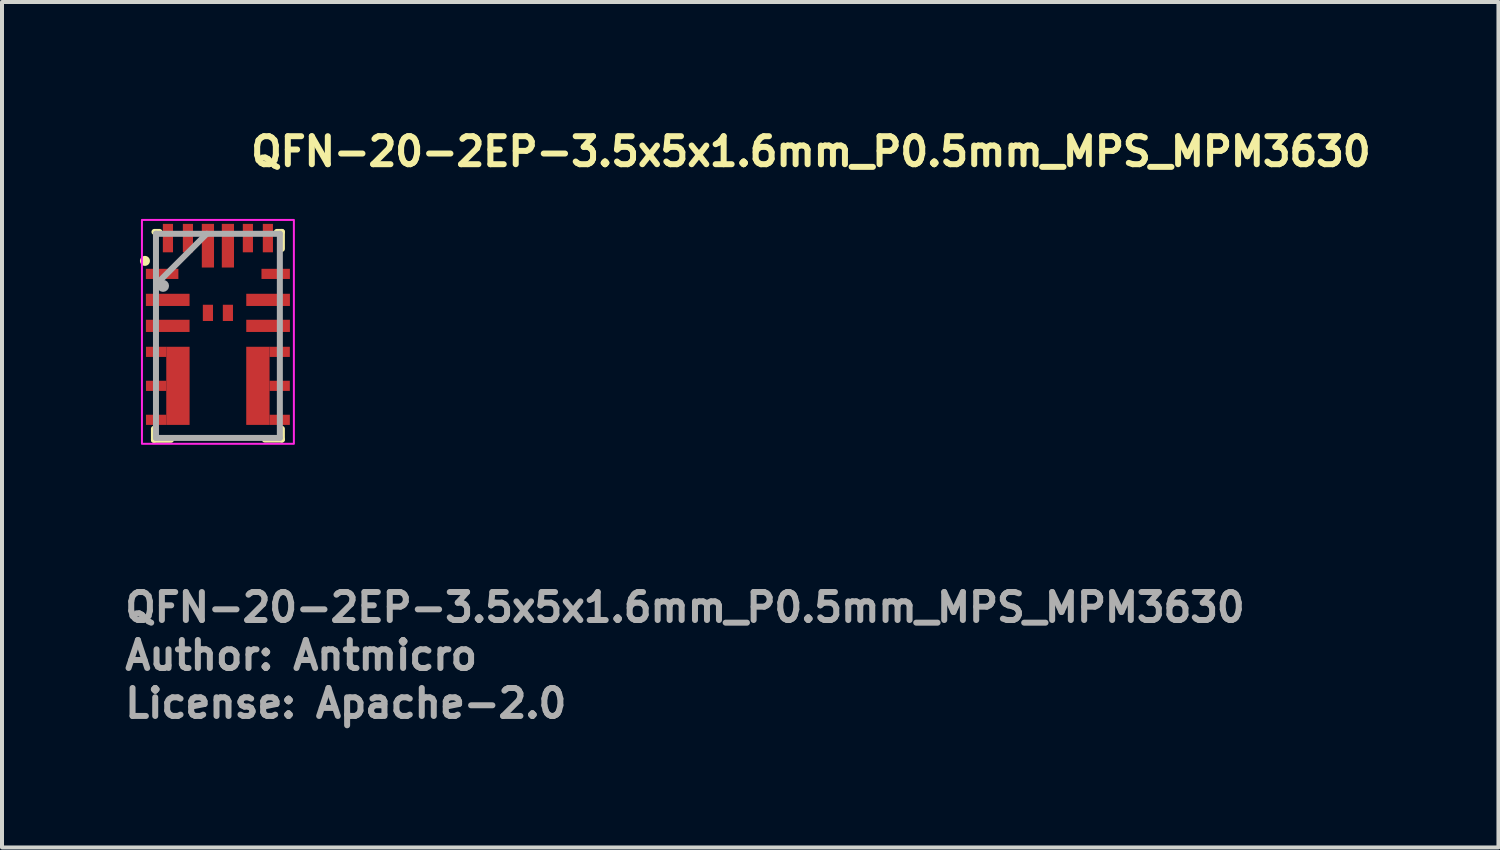
<source format=kicad_pcb>
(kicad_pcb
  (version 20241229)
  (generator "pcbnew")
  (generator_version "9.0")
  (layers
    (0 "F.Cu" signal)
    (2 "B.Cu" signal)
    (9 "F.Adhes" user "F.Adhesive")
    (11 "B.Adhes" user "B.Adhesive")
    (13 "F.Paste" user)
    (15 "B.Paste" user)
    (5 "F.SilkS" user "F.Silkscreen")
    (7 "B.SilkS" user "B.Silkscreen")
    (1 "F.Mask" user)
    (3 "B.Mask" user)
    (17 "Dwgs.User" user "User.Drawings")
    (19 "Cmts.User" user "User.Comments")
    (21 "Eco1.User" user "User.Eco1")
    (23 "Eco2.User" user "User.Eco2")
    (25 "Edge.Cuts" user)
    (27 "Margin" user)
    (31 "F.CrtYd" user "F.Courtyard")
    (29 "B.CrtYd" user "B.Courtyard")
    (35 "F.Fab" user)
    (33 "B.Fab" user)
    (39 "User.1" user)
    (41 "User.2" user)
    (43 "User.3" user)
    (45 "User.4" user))
  (footprint "QFN-20-2EP-3.5x5x1.6mm_P0.5mm_MPS_MPM3630"
    (layer "F.Cu")
    (at 2.4 5.35)
    (property "Reference" "QFN-20-2EP-3.5x5x1.6mm_P0.5mm_MPS_MPM3630" (at 0.75 -4.2 0) (unlocked yes) (layer "F.SilkS") (effects (font (size 0.7 0.7) (thickness 0.15)) (justify left bottom)))
    (attr smd)
    (fp_line (start -1.6 2.325) (end -1.6 2.6) (stroke (width 0.15) (type solid)) (layer "F.SilkS"))
    (fp_line (start -1.587 -2.6) (end -1.462 -2.6) (stroke (width 0.15) (type solid)) (layer "F.SilkS"))
    (fp_line (start -1.175 2.6) (end -1.6 2.6) (stroke (width 0.15) (type solid)) (layer "F.SilkS"))
    (fp_line (start 1.175 2.594) (end 1.6 2.594) (stroke (width 0.15) (type solid)) (layer "F.SilkS"))
    (fp_line (start 1.475 -2.6) (end 1.6 -2.6) (stroke (width 0.15) (type solid)) (layer "F.SilkS"))
    (fp_line (start 1.6 -2.6) (end 1.6 -2.175) (stroke (width 0.15) (type solid)) (layer "F.SilkS"))
    (fp_line (start 1.6 2.325) (end 1.6 2.594) (stroke (width 0.15) (type solid)) (layer "F.SilkS"))
    (fp_circle (center -1.825 -1.875) (end -1.775 -1.875) (stroke (width 0.15) (type solid)) (fill yes) (layer "F.SilkS"))
    (fp_rect (start -1.9 -2.9) (end 1.9 2.7) (stroke (width 0.05) (type solid)) (fill no) (layer "F.CrtYd"))
    (fp_line (start -1.549 -2.553) (end -1.549 2.553) (stroke (width 0.15) (type solid)) (layer "F.Fab"))
    (fp_line (start -1.549 -1.283) (end -0.279 -2.553) (stroke (width 0.15) (type solid)) (layer "F.Fab"))
    (fp_line (start -1.549 2.553) (end 1.549 2.553) (stroke (width 0.15) (type solid)) (layer "F.Fab"))
    (fp_line (start 1.549 -2.553) (end -1.549 -2.553) (stroke (width 0.15) (type solid)) (layer "F.Fab"))
    (fp_line (start 1.549 2.553) (end 1.549 -2.553) (stroke (width 0.15) (type solid)) (layer "F.Fab"))
    (fp_circle (center -1.372 -1.25) (end -1.372 -1.25) (stroke (width 0.15) (type solid)) (fill no) (layer "F.Fab"))
    (fp_rect (start -1.5 -2.5) (end 1.5 2.5) (stroke (width 0.1) (type solid)) (fill no) (layer "User.5"))
    (fp_line (start -1.5 -2.5) (end -1.5 2.5) (stroke (width 0.02) (type solid)) (layer "User.9"))
    (fp_line (start -1.5 2.5) (end 1.5 2.5) (stroke (width 0.02) (type solid)) (layer "User.9"))
    (fp_line (start -1.058 -1.611) (end -1.058 -1.603) (stroke (width 0.02) (type solid)) (layer "User.9"))
    (fp_line (start -1.058 -1.603) (end -1.057 -1.587) (stroke (width 0.02) (type solid)) (layer "User.9"))
    (fp_line (start -1.057 -1.626) (end -1.057 -1.619) (stroke (width 0.02) (type solid)) (layer "User.9"))
    (fp_line (start -1.057 -1.619) (end -1.058 -1.611) (stroke (width 0.02) (type solid)) (layer "User.9"))
    (fp_line (start -1.057 -1.587) (end -1.056 -1.572) (stroke (width 0.02) (type solid)) (layer "User.9"))
    (fp_line (start -1.056 -1.634) (end -1.057 -1.626) (stroke (width 0.02) (type solid)) (layer "User.9"))
    (fp_line (start -1.056 -1.572) (end -1.053 -1.556) (stroke (width 0.02) (type solid)) (layer "User.9"))
    (fp_line (start -1.055 -1.642) (end -1.056 -1.634) (stroke (width 0.02) (type solid)) (layer "User.9"))
    (fp_line (start -1.053 -1.649) (end -1.055 -1.642) (stroke (width 0.02) (type solid)) (layer "User.9"))
    (fp_line (start -1.053 -1.556) (end -1.05 -1.541) (stroke (width 0.02) (type solid)) (layer "User.9"))
    (fp_line (start -1.051 -1.657) (end -1.053 -1.649) (stroke (width 0.02) (type solid)) (layer "User.9"))
    (fp_line (start -1.05 -1.664) (end -1.051 -1.657) (stroke (width 0.02) (type solid)) (layer "User.9"))
    (fp_line (start -1.05 -1.541) (end -1.045 -1.527) (stroke (width 0.02) (type solid)) (layer "User.9"))
    (fp_line (start -1.047 -1.672) (end -1.05 -1.664) (stroke (width 0.02) (type solid)) (layer "User.9"))
    (fp_line (start -1.045 -1.679) (end -1.047 -1.672) (stroke (width 0.02) (type solid)) (layer "User.9"))
    (fp_line (start -1.045 -1.527) (end -1.04 -1.512) (stroke (width 0.02) (type solid)) (layer "User.9"))
    (fp_line (start -1.043 -1.686) (end -1.045 -1.679) (stroke (width 0.02) (type solid)) (layer "User.9"))
    (fp_line (start -1.04 -1.693) (end -1.043 -1.686) (stroke (width 0.02) (type solid)) (layer "User.9"))
    (fp_line (start -1.04 -1.512) (end -1.033 -1.499) (stroke (width 0.02) (type solid)) (layer "User.9"))
    (fp_line (start -1.037 -1.7) (end -1.04 -1.693) (stroke (width 0.02) (type solid)) (layer "User.9"))
    (fp_line (start -1.033 -1.707) (end -1.037 -1.7) (stroke (width 0.02) (type solid)) (layer "User.9"))
    (fp_line (start -1.033 -1.499) (end -1.026 -1.485) (stroke (width 0.02) (type solid)) (layer "User.9"))
    (fp_line (start -1.03 -1.714) (end -1.033 -1.707) (stroke (width 0.02) (type solid)) (layer "User.9"))
    (fp_line (start -1.026 -1.721) (end -1.03 -1.714) (stroke (width 0.02) (type solid)) (layer "User.9"))
    (fp_line (start -1.026 -1.485) (end -1.018 -1.472) (stroke (width 0.02) (type solid)) (layer "User.9"))
    (fp_line (start -1.022 -1.727) (end -1.026 -1.721) (stroke (width 0.02) (type solid)) (layer "User.9"))
    (fp_line (start -1.018 -1.734) (end -1.022 -1.727) (stroke (width 0.02) (type solid)) (layer "User.9"))
    (fp_line (start -1.018 -1.472) (end -1.009 -1.46) (stroke (width 0.02) (type solid)) (layer "User.9"))
    (fp_line (start -1.014 -1.74) (end -1.018 -1.734) (stroke (width 0.02) (type solid)) (layer "User.9"))
    (fp_line (start -1.009 -1.746) (end -1.014 -1.74) (stroke (width 0.02) (type solid)) (layer "User.9"))
    (fp_line (start -1.009 -1.46) (end -1 -1.448) (stroke (width 0.02) (type solid)) (layer "User.9"))
    (fp_line (start -1.004 -1.752) (end -1.009 -1.746) (stroke (width 0.02) (type solid)) (layer "User.9"))
    (fp_line (start -1 -1.758) (end -1.004 -1.752) (stroke (width 0.02) (type solid)) (layer "User.9"))
    (fp_line (start -1 -1.448) (end -0.989 -1.437) (stroke (width 0.02) (type solid)) (layer "User.9"))
    (fp_line (start -0.994 -1.764) (end -1 -1.758) (stroke (width 0.02) (type solid)) (layer "User.9"))
    (fp_line (start -0.989 -1.769) (end -0.994 -1.764) (stroke (width 0.02) (type solid)) (layer "User.9"))
    (fp_line (start -0.989 -1.437) (end -0.978 -1.426) (stroke (width 0.02) (type solid)) (layer "User.9"))
    (fp_line (start -0.984 -1.775) (end -0.989 -1.769) (stroke (width 0.02) (type solid)) (layer "User.9"))
    (fp_line (start -0.978 -1.78) (end -0.984 -1.775) (stroke (width 0.02) (type solid)) (layer "User.9"))
    (fp_line (start -0.978 -1.426) (end -0.966 -1.416) (stroke (width 0.02) (type solid)) (layer "User.9"))
    (fp_line (start -0.972 -1.785) (end -0.978 -1.78) (stroke (width 0.02) (type solid)) (layer "User.9"))
    (fp_line (start -0.966 -1.79) (end -0.972 -1.785) (stroke (width 0.02) (type solid)) (layer "User.9"))
    (fp_line (start -0.966 -1.416) (end -0.953 -1.407) (stroke (width 0.02) (type solid)) (layer "User.9"))
    (fp_line (start -0.96 -1.794) (end -0.966 -1.79) (stroke (width 0.02) (type solid)) (layer "User.9"))
    (fp_line (start -0.953 -1.799) (end -0.96 -1.794) (stroke (width 0.02) (type solid)) (layer "User.9"))
    (fp_line (start -0.953 -1.407) (end -0.94 -1.399) (stroke (width 0.02) (type solid)) (layer "User.9"))
    (fp_line (start -0.947 -1.803) (end -0.953 -1.799) (stroke (width 0.02) (type solid)) (layer "User.9"))
    (fp_line (start -0.94 -1.807) (end -0.947 -1.803) (stroke (width 0.02) (type solid)) (layer "User.9"))
    (fp_line (start -0.94 -1.807) (end -0.94 -1.807) (stroke (width 0.02) (type solid)) (layer "User.9"))
    (fp_line (start -0.94 -1.399) (end -0.94 -1.399) (stroke (width 0.02) (type solid)) (layer "User.9"))
    (fp_line (start -0.94 -1.399) (end -0.926 -1.391) (stroke (width 0.02) (type solid)) (layer "User.9"))
    (fp_line (start -0.926 -1.814) (end -0.94 -1.807) (stroke (width 0.02) (type solid)) (layer "User.9"))
    (fp_line (start -0.926 -1.391) (end -0.912 -1.385) (stroke (width 0.02) (type solid)) (layer "User.9"))
    (fp_line (start -0.912 -1.821) (end -0.926 -1.814) (stroke (width 0.02) (type solid)) (layer "User.9"))
    (fp_line (start -0.912 -1.385) (end -0.897 -1.38) (stroke (width 0.02) (type solid)) (layer "User.9"))
    (fp_line (start -0.897 -1.826) (end -0.912 -1.821) (stroke (width 0.02) (type solid)) (layer "User.9"))
    (fp_line (start -0.897 -1.38) (end -0.883 -1.375) (stroke (width 0.02) (type solid)) (layer "User.9"))
    (fp_line (start -0.883 -1.831) (end -0.897 -1.826) (stroke (width 0.02) (type solid)) (layer "User.9"))
    (fp_line (start -0.883 -1.375) (end -0.868 -1.372) (stroke (width 0.02) (type solid)) (layer "User.9"))
    (fp_line (start -0.868 -1.834) (end -0.883 -1.831) (stroke (width 0.02) (type solid)) (layer "User.9"))
    (fp_line (start -0.868 -1.372) (end -0.852 -1.369) (stroke (width 0.02) (type solid)) (layer "User.9"))
    (fp_line (start -0.852 -1.837) (end -0.868 -1.834) (stroke (width 0.02) (type solid)) (layer "User.9"))
    (fp_line (start -0.852 -1.369) (end -0.837 -1.368) (stroke (width 0.02) (type solid)) (layer "User.9"))
    (fp_line (start -0.837 -1.838) (end -0.852 -1.837) (stroke (width 0.02) (type solid)) (layer "User.9"))
    (fp_line (start -0.837 -1.368) (end -0.822 -1.367) (stroke (width 0.02) (type solid)) (layer "User.9"))
    (fp_line (start -0.822 -1.839) (end -0.837 -1.838) (stroke (width 0.02) (type solid)) (layer "User.9"))
    (fp_line (start -0.822 -1.367) (end -0.807 -1.368) (stroke (width 0.02) (type solid)) (layer "User.9"))
    (fp_line (start -0.807 -1.838) (end -0.822 -1.839) (stroke (width 0.02) (type solid)) (layer "User.9"))
    (fp_line (start -0.807 -1.368) (end -0.792 -1.369) (stroke (width 0.02) (type solid)) (layer "User.9"))
    (fp_line (start -0.792 -1.837) (end -0.807 -1.838) (stroke (width 0.02) (type solid)) (layer "User.9"))
    (fp_line (start -0.792 -1.369) (end -0.776 -1.372) (stroke (width 0.02) (type solid)) (layer "User.9"))
    (fp_line (start -0.776 -1.834) (end -0.792 -1.837) (stroke (width 0.02) (type solid)) (layer "User.9"))
    (fp_line (start -0.776 -1.372) (end -0.761 -1.375) (stroke (width 0.02) (type solid)) (layer "User.9"))
    (fp_line (start -0.761 -1.831) (end -0.776 -1.834) (stroke (width 0.02) (type solid)) (layer "User.9"))
    (fp_line (start -0.761 -1.375) (end -0.747 -1.38) (stroke (width 0.02) (type solid)) (layer "User.9"))
    (fp_line (start -0.747 -1.826) (end -0.761 -1.831) (stroke (width 0.02) (type solid)) (layer "User.9"))
    (fp_line (start -0.747 -1.38) (end -0.732 -1.385) (stroke (width 0.02) (type solid)) (layer "User.9"))
    (fp_line (start -0.732 -1.821) (end -0.747 -1.826) (stroke (width 0.02) (type solid)) (layer "User.9"))
    (fp_line (start -0.732 -1.385) (end -0.718 -1.391) (stroke (width 0.02) (type solid)) (layer "User.9"))
    (fp_line (start -0.718 -1.814) (end -0.732 -1.821) (stroke (width 0.02) (type solid)) (layer "User.9"))
    (fp_line (start -0.718 -1.391) (end -0.704 -1.399) (stroke (width 0.02) (type solid)) (layer "User.9"))
    (fp_line (start -0.704 -1.807) (end -0.718 -1.814) (stroke (width 0.02) (type solid)) (layer "User.9"))
    (fp_line (start -0.704 -1.807) (end -0.704 -1.807) (stroke (width 0.02) (type solid)) (layer "User.9"))
    (fp_line (start -0.704 -1.399) (end -0.704 -1.399) (stroke (width 0.02) (type solid)) (layer "User.9"))
    (fp_line (start -0.704 -1.399) (end -0.697 -1.403) (stroke (width 0.02) (type solid)) (layer "User.9"))
    (fp_line (start -0.697 -1.403) (end -0.691 -1.407) (stroke (width 0.02) (type solid)) (layer "User.9"))
    (fp_line (start -0.691 -1.799) (end -0.704 -1.807) (stroke (width 0.02) (type solid)) (layer "User.9"))
    (fp_line (start -0.691 -1.407) (end -0.684 -1.412) (stroke (width 0.02) (type solid)) (layer "User.9"))
    (fp_line (start -0.684 -1.412) (end -0.678 -1.416) (stroke (width 0.02) (type solid)) (layer "User.9"))
    (fp_line (start -0.678 -1.79) (end -0.691 -1.799) (stroke (width 0.02) (type solid)) (layer "User.9"))
    (fp_line (start -0.678 -1.416) (end -0.672 -1.421) (stroke (width 0.02) (type solid)) (layer "User.9"))
    (fp_line (start -0.672 -1.421) (end -0.666 -1.426) (stroke (width 0.02) (type solid)) (layer "User.9"))
    (fp_line (start -0.666 -1.78) (end -0.678 -1.79) (stroke (width 0.02) (type solid)) (layer "User.9"))
    (fp_line (start -0.666 -1.426) (end -0.66 -1.431) (stroke (width 0.02) (type solid)) (layer "User.9"))
    (fp_line (start -0.66 -1.431) (end -0.655 -1.437) (stroke (width 0.02) (type solid)) (layer "User.9"))
    (fp_line (start -0.655 -1.769) (end -0.666 -1.78) (stroke (width 0.02) (type solid)) (layer "User.9"))
    (fp_line (start -0.655 -1.437) (end -0.65 -1.442) (stroke (width 0.02) (type solid)) (layer "User.9"))
    (fp_line (start -0.65 -1.442) (end -0.644 -1.448) (stroke (width 0.02) (type solid)) (layer "User.9"))
    (fp_line (start -0.644 -1.758) (end -0.655 -1.769) (stroke (width 0.02) (type solid)) (layer "User.9"))
    (fp_line (start -0.644 -1.448) (end -0.64 -1.454) (stroke (width 0.02) (type solid)) (layer "User.9"))
    (fp_line (start -0.64 -1.454) (end -0.635 -1.46) (stroke (width 0.02) (type solid)) (layer "User.9"))
    (fp_line (start -0.635 -1.746) (end -0.644 -1.758) (stroke (width 0.02) (type solid)) (layer "User.9"))
    (fp_line (start -0.635 -1.46) (end -0.63 -1.466) (stroke (width 0.02) (type solid)) (layer "User.9"))
    (fp_line (start -0.63 -1.466) (end -0.626 -1.472) (stroke (width 0.02) (type solid)) (layer "User.9"))
    (fp_line (start -0.626 -1.734) (end -0.635 -1.746) (stroke (width 0.02) (type solid)) (layer "User.9"))
    (fp_line (start -0.626 -1.472) (end -0.622 -1.478) (stroke (width 0.02) (type solid)) (layer "User.9"))
    (fp_line (start -0.622 -1.478) (end -0.618 -1.485) (stroke (width 0.02) (type solid)) (layer "User.9"))
    (fp_line (start -0.618 -1.721) (end -0.626 -1.734) (stroke (width 0.02) (type solid)) (layer "User.9"))
    (fp_line (start -0.618 -1.485) (end -0.614 -1.492) (stroke (width 0.02) (type solid)) (layer "User.9"))
    (fp_line (start -0.614 -1.492) (end -0.611 -1.499) (stroke (width 0.02) (type solid)) (layer "User.9"))
    (fp_line (start -0.611 -1.707) (end -0.618 -1.721) (stroke (width 0.02) (type solid)) (layer "User.9"))
    (fp_line (start -0.611 -1.499) (end -0.607 -1.505) (stroke (width 0.02) (type solid)) (layer "User.9"))
    (fp_line (start -0.607 -1.505) (end -0.604 -1.512) (stroke (width 0.02) (type solid)) (layer "User.9"))
    (fp_line (start -0.604 -1.693) (end -0.611 -1.707) (stroke (width 0.02) (type solid)) (layer "User.9"))
    (fp_line (start -0.604 -1.512) (end -0.601 -1.52) (stroke (width 0.02) (type solid)) (layer "User.9"))
    (fp_line (start -0.601 -1.52) (end -0.599 -1.527) (stroke (width 0.02) (type solid)) (layer "User.9"))
    (fp_line (start -0.599 -1.679) (end -0.604 -1.693) (stroke (width 0.02) (type solid)) (layer "User.9"))
    (fp_line (start -0.599 -1.527) (end -0.597 -1.534) (stroke (width 0.02) (type solid)) (layer "User.9"))
    (fp_line (start -0.597 -1.534) (end -0.594 -1.541) (stroke (width 0.02) (type solid)) (layer "User.9"))
    (fp_line (start -0.594 -1.664) (end -0.599 -1.679) (stroke (width 0.02) (type solid)) (layer "User.9"))
    (fp_line (start -0.594 -1.541) (end -0.593 -1.549) (stroke (width 0.02) (type solid)) (layer "User.9"))
    (fp_line (start -0.593 -1.549) (end -0.591 -1.556) (stroke (width 0.02) (type solid)) (layer "User.9"))
    (fp_line (start -0.591 -1.649) (end -0.594 -1.664) (stroke (width 0.02) (type solid)) (layer "User.9"))
    (fp_line (start -0.591 -1.556) (end -0.589 -1.564) (stroke (width 0.02) (type solid)) (layer "User.9"))
    (fp_line (start -0.589 -1.564) (end -0.588 -1.572) (stroke (width 0.02) (type solid)) (layer "User.9"))
    (fp_line (start -0.588 -1.634) (end -0.591 -1.649) (stroke (width 0.02) (type solid)) (layer "User.9"))
    (fp_line (start -0.588 -1.572) (end -0.587 -1.579) (stroke (width 0.02) (type solid)) (layer "User.9"))
    (fp_line (start -0.587 -1.619) (end -0.588 -1.634) (stroke (width 0.02) (type solid)) (layer "User.9"))
    (fp_line (start -0.587 -1.587) (end -0.586 -1.595) (stroke (width 0.02) (type solid)) (layer "User.9"))
    (fp_line (start -0.587 -1.579) (end -0.587 -1.587) (stroke (width 0.02) (type solid)) (layer "User.9"))
    (fp_line (start -0.586 -1.603) (end -0.587 -1.619) (stroke (width 0.02) (type solid)) (layer "User.9"))
    (fp_line (start -0.586 -1.595) (end -0.586 -1.603) (stroke (width 0.02) (type solid)) (layer "User.9"))
    (fp_line (start 1.5 -2.5) (end -1.5 -2.5) (stroke (width 0.02) (type solid)) (layer "User.9"))
    (fp_line (start 1.5 2.5) (end 1.5 -2.5) (stroke (width 0.02) (type solid)) (layer "User.9"))
    (fp_text user "Author: Antmicro" (at -2.4 8.4 0) (layer "F.Fab") (effects (font (size 0.7 0.7) (thickness 0.15)) (justify left bottom)))
    (fp_text user "License: Apache-2.0" (at -2.4 9.6 0) (layer "F.Fab") (effects (font (size 0.7 0.7) (thickness 0.15)) (justify left bottom)))
    (fp_text user "${REFERENCE}" (at -2.4 7.2 0) (unlocked yes) (layer "F.Fab") (effects (font (size 0.7 0.7) (thickness 0.15)) (justify left bottom)))
    (pad "1" smd rect (at -1.395 -1.55) (size 0.813 0.254) (layers "F.Cu" "F.Mask" "F.Paste"))
    (pad "2" smd rect (at -1.255 -0.9) (size 1.092 0.305) (layers "F.Cu" "F.Mask" "F.Paste"))
    (pad "3" smd rect (at -1.255 -0.25) (size 1.092 0.305) (layers "F.Cu" "F.Mask" "F.Paste"))
    (pad "4" smd rect (at -1.545 0.4) (size 0.508 0.254) (layers "F.Cu" "F.Mask" "F.Paste"))
    (pad "5" smd rect (at -1.545 1.25) (size 0.508 0.254) (layers "F.Cu" "F.Mask" "F.Paste"))
    (pad "5" smd rect (at -1 1.25) (size 0.583 1.954) (layers "F.Cu" "F.Mask" "F.Paste"))
    (pad "6" smd rect (at -1.545 2.1) (size 0.508 0.254) (layers "F.Cu" "F.Mask" "F.Paste"))
    (pad "7" smd rect (at 1.545 2.1) (size 0.508 0.254) (layers "F.Cu" "F.Mask" "F.Paste"))
    (pad "8" smd rect (at 1 1.25) (size 0.583 1.954) (layers "F.Cu" "F.Mask" "F.Paste"))
    (pad "8" smd rect (at 1.545 1.25) (size 0.508 0.254) (layers "F.Cu" "F.Mask" "F.Paste"))
    (pad "9" smd rect (at 1.545 0.4) (size 0.508 0.254) (layers "F.Cu" "F.Mask" "F.Paste"))
    (pad "10" smd rect (at 1.255 -0.25) (size 1.092 0.305) (layers "F.Cu" "F.Mask" "F.Paste"))
    (pad "11" smd rect (at 1.255 -0.9) (size 1.092 0.305) (layers "F.Cu" "F.Mask" "F.Paste"))
    (pad "12" smd rect (at 1.445 -1.55) (size 0.711 0.254) (layers "F.Cu" "F.Mask" "F.Paste"))
    (pad "13" smd rect (at 1.25 -2.445 90) (size 0.711 0.254) (layers "F.Cu" "F.Mask" "F.Paste"))
    (pad "14" smd rect (at 0.75 -2.445 90) (size 0.711 0.254) (layers "F.Cu" "F.Mask" "F.Paste"))
    (pad "15" smd rect (at 0.25 -2.255 90) (size 1.092 0.305) (layers "F.Cu" "F.Mask" "F.Paste"))
    (pad "16" smd rect (at -0.25 -2.255 90) (size 1.092 0.305) (layers "F.Cu" "F.Mask" "F.Paste"))
    (pad "17" smd rect (at -0.75 -2.445 90) (size 0.711 0.254) (layers "F.Cu" "F.Mask" "F.Paste"))
    (pad "18" smd rect (at -1.25 -2.445 90) (size 0.711 0.254) (layers "F.Cu" "F.Mask" "F.Paste"))
    (pad "19" smd rect (at -0.25 -0.575) (size 0.254 0.406) (layers "F.Cu" "F.Mask" "F.Paste"))
    (pad "20" smd rect (at 0.25 -0.575) (size 0.254 0.406) (layers "F.Cu" "F.Mask" "F.Paste"))
    (zone (net_name "") (layer "F.Cu") (hatch full 0.508) (connect_pads) (min_thickness 0.254) (filled_areas_thickness no) (keepout (tracks not_allowed) (vias not_allowed) (pads allowed) (copperpour not_allowed) (footprints allowed)) (placement (enabled no)) (fill) (polygon (pts (xy 2.975 4.38) (xy 1.825 4.38) (xy 1.825 5.17) (xy 2.975 5.17)))))
  (gr_rect
    (start -3 -3)
    (end 34.427 18.145)
    (stroke (width 0.1) (type default))
    (fill no)
    (layer "Edge.Cuts")))
</source>
